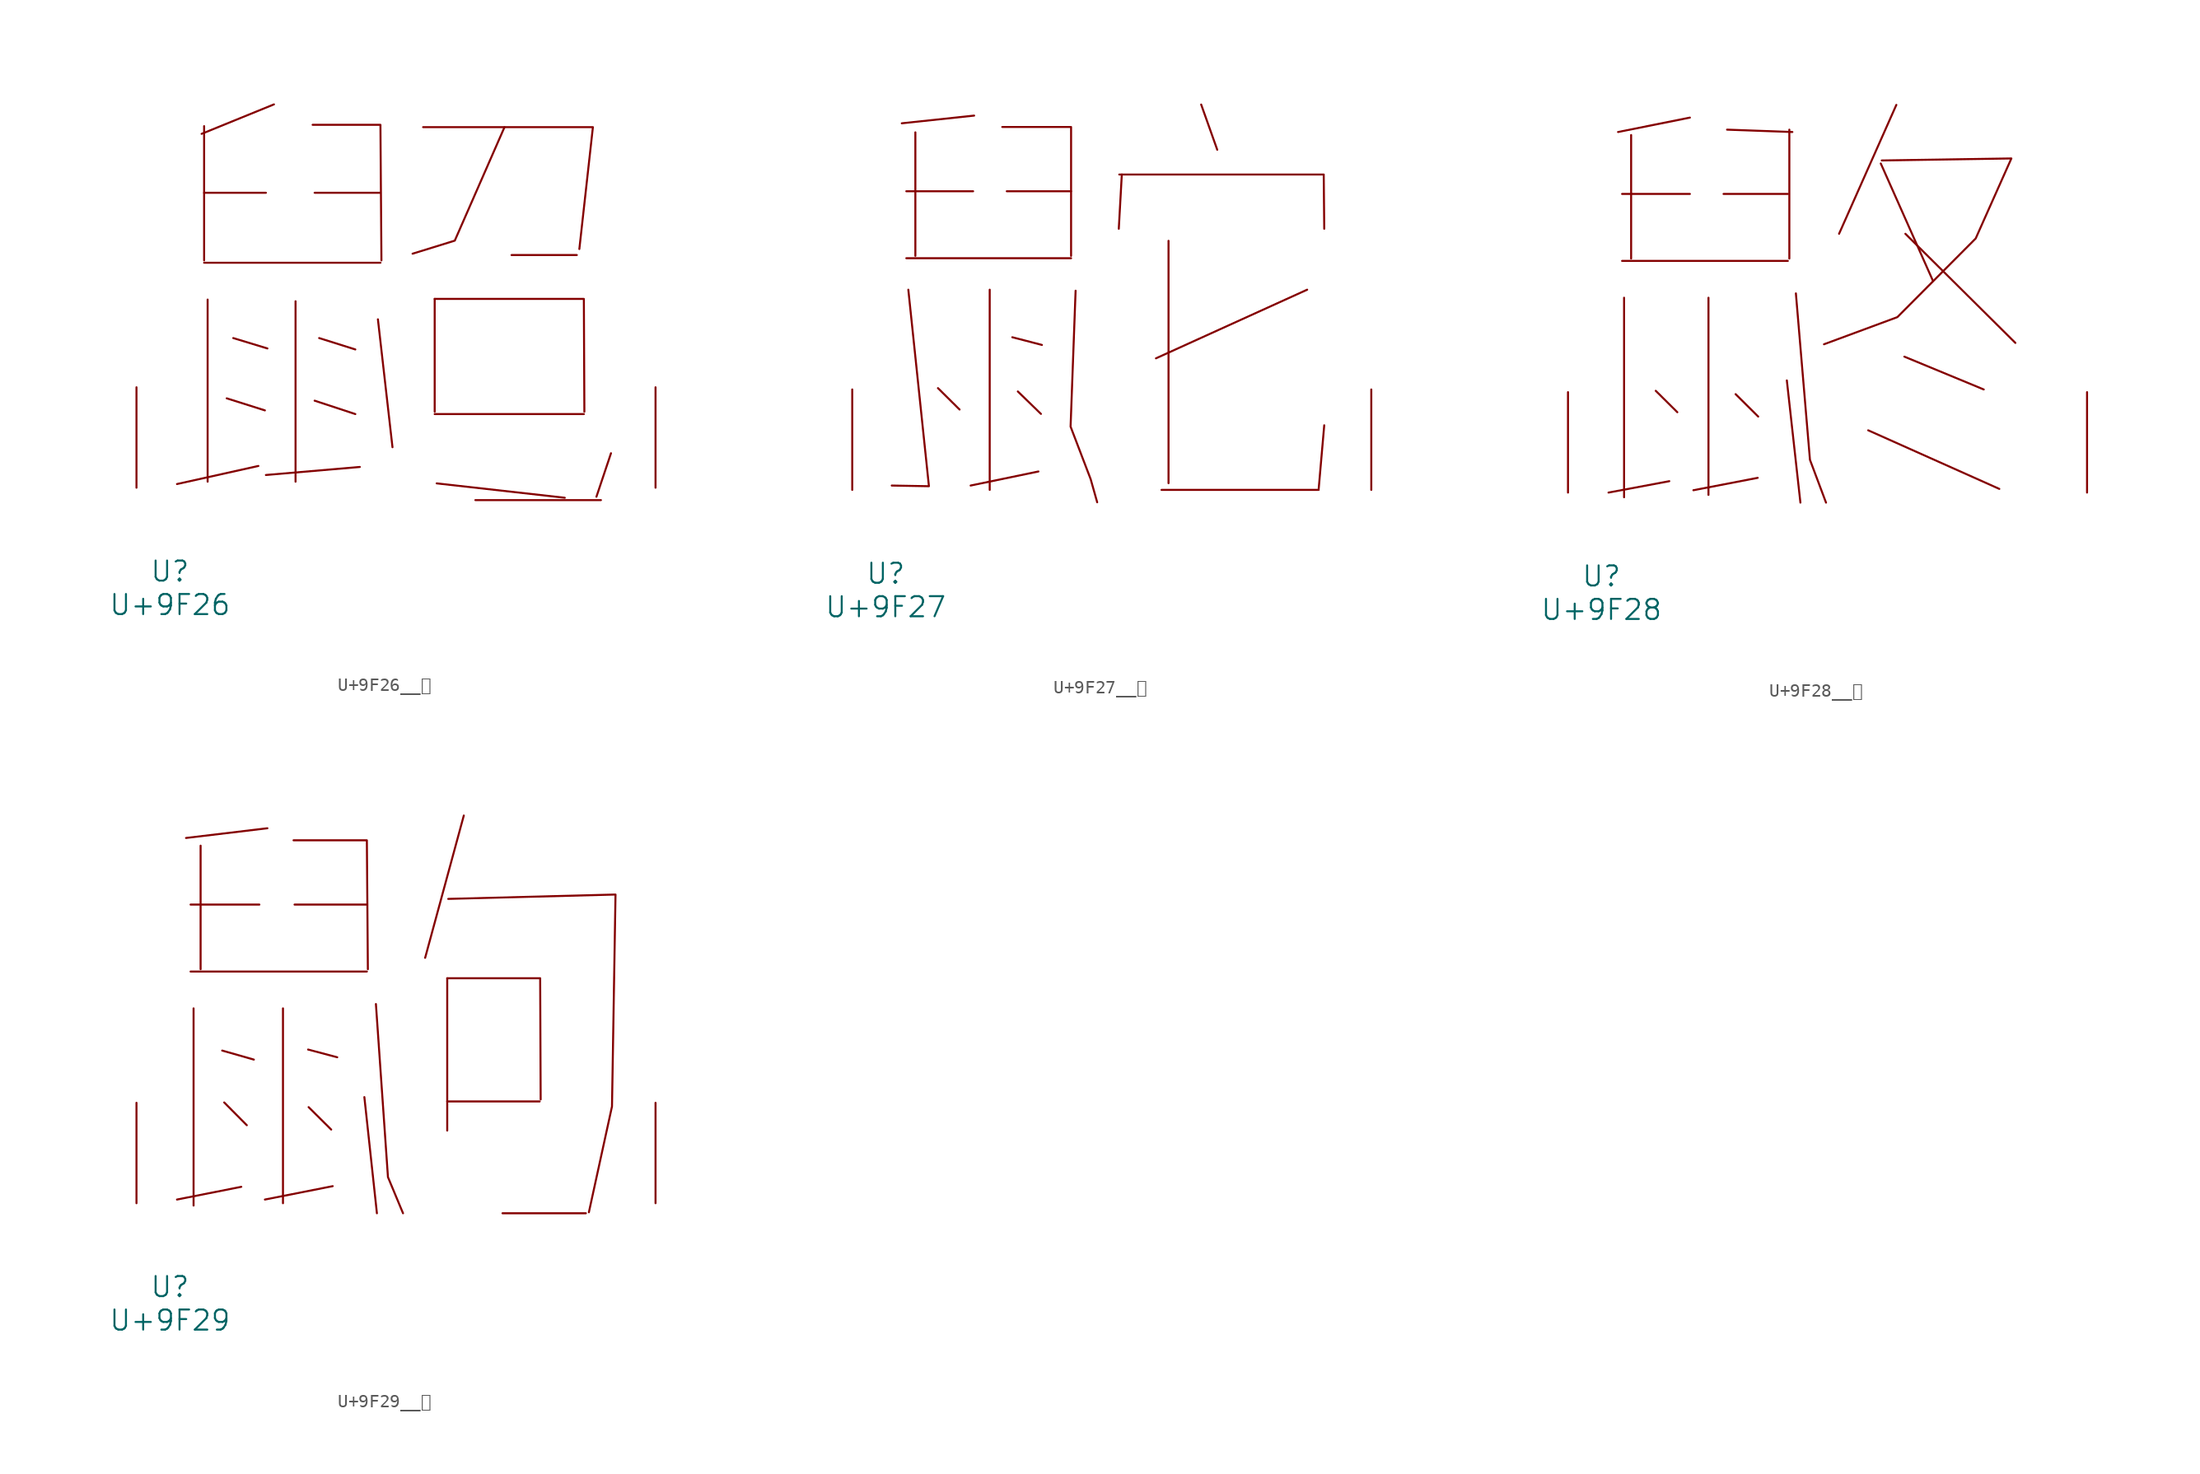
<source format=kicad_sym>
(kicad_symbol_lib
  (version 20231120)
  (generator "kicad_symbol_editor")
  (generator_version "8.0")
  (symbol "U+9F26__鼦"
    (pin_names
      (offset 1.016))
    (property "Reference" "U"
      (at 0 -6.35 0)
      (effects (font (size 1.524 1.524))))
    (property "Value" "U+9F26"
      (at 0 -8.89 0)
      (effects (font (size 1.524 1.524))))
    (symbol "U+9F26__鼦_0_1"
      (polyline (pts (xy 2.591 17.069) (xy 15.964 17.069)) (stroke (width 0) (type solid)) (fill (type none)))
      (polyline (pts (xy 2.591 22.377) (xy 7.277 22.377)) (stroke (width 0) (type solid)) (fill (type none)))
      (polyline (pts (xy 2.591 27.432) (xy 2.591 17.247)) (stroke (width 0) (type solid)) (fill (type none)))
      (polyline (pts (xy 2.857 14.275) (xy 2.857 0.457)) (stroke (width 0) (type solid)) (fill (type none)))
      (polyline (pts (xy 4.305 6.782) (xy 7.201 5.867)) (stroke (width 0) (type solid)) (fill (type none)))
      (polyline (pts (xy 4.801 11.354) (xy 7.391 10.566)) (stroke (width 0) (type solid)) (fill (type none)))
      (polyline (pts (xy 6.706 1.651) (xy 0.533 0.279)) (stroke (width 0) (type solid)) (fill (type none)))
      (polyline (pts (xy 7.887 29.083) (xy 2.4 26.848)) (stroke (width 0) (type solid)) (fill (type none)))
      (polyline (pts (xy 9.525 14.148) (xy 9.525 0.457)) (stroke (width 0) (type solid)) (fill (type none)))
      (polyline (pts (xy 10.973 6.604) (xy 14.059 5.588)) (stroke (width 0) (type solid)) (fill (type none)))
      (polyline (pts (xy 10.973 22.377) (xy 15.964 22.377)) (stroke (width 0) (type solid)) (fill (type none)))
      (polyline (pts (xy 11.316 11.354) (xy 14.059 10.49)) (stroke (width 0) (type solid)) (fill (type none)))
      (polyline (pts (xy 14.402 1.575) (xy 7.277 0.965)) (stroke (width 0) (type solid)) (fill (type none)))
      (polyline (pts (xy 15.773 12.776) (xy 16.878 3.073)) (stroke (width 0) (type solid)) (fill (type none)))
      (polyline (pts (xy 20.079 5.588) (xy 31.394 5.588)) (stroke (width 0) (type solid)) (fill (type none)))
      (polyline (pts (xy 20.079 14.326) (xy 20.079 5.766)) (stroke (width 0) (type solid)) (fill (type none)))
      (polyline (pts (xy 20.231 0.33) (xy 29.947 -0.762)) (stroke (width 0) (type solid)) (fill (type none)))
      (polyline (pts (xy 23.165 -0.94) (xy 32.69 -0.94)) (stroke (width 0) (type solid)) (fill (type none)))
      (polyline (pts (xy 25.908 17.653) (xy 30.861 17.653)) (stroke (width 0) (type solid)) (fill (type none)))
      (polyline (pts (xy 33.452 2.616) (xy 32.347 -0.686)) (stroke (width 0) (type solid)) (fill (type none)))
      (polyline (pts (xy 10.82 27.534) (xy 15.964 27.534) (xy 16.04 17.247)) (stroke (width 0) (type solid)) (fill (type none)))
      (polyline (pts (xy 19.202 27.356) (xy 32.08 27.356) (xy 31.052 18.11)) (stroke (width 0) (type solid)) (fill (type none)))
      (polyline (pts (xy 20.079 14.326) (xy 31.394 14.326) (xy 31.433 5.766)) (stroke (width 0) (type solid)) (fill (type none)))
      (polyline (pts (xy 25.375 27.356) (xy 21.603 18.745) (xy 18.402 17.755)) (stroke (width 0) (type solid)) (fill (type none)))
      (pin input line (at -2.54 0 90) (length 7.62) (name "~" (effects (font (size 1.27 1.27)))) (number "~" (effects (font (size 1.27 1.27)))))
      (pin input line (at 36.83 0 90) (length 7.62) (name "~" (effects (font (size 1.27 1.27)))) (number "~" (effects (font (size 1.27 1.27)))))))
  (symbol "U+9F27__鼧"
    (pin_names
      (offset 1.016))
    (property "Reference" "U"
      (at 0 -6.35 0)
      (effects (font (size 1.524 1.524))))
    (property "Value" "U+9F27"
      (at 0 -8.89 0)
      (effects (font (size 1.524 1.524))))
    (symbol "U+9F27__鼧_0_1"
      (polyline (pts (xy 1.562 17.577) (xy 14.059 17.577)) (stroke (width 0) (type solid)) (fill (type none)))
      (polyline (pts (xy 1.562 22.657) (xy 6.629 22.657)) (stroke (width 0) (type solid)) (fill (type none)))
      (polyline (pts (xy 2.248 27.127) (xy 2.248 17.755)) (stroke (width 0) (type solid)) (fill (type none)))
      (polyline (pts (xy 3.962 7.722) (xy 5.601 6.096)) (stroke (width 0) (type solid)) (fill (type none)))
      (polyline (pts (xy 6.706 28.397) (xy 1.219 27.813)) (stroke (width 0) (type solid)) (fill (type none)))
      (polyline (pts (xy 7.887 15.189) (xy 7.887 0)) (stroke (width 0) (type solid)) (fill (type none)))
      (polyline (pts (xy 9.182 22.657) (xy 14.059 22.657)) (stroke (width 0) (type solid)) (fill (type none)))
      (polyline (pts (xy 9.601 11.582) (xy 11.849 10.998)) (stroke (width 0) (type solid)) (fill (type none)))
      (polyline (pts (xy 10.02 7.468) (xy 11.773 5.766)) (stroke (width 0) (type solid)) (fill (type none)))
      (polyline (pts (xy 11.582 1.397) (xy 6.439 0.33)) (stroke (width 0) (type solid)) (fill (type none)))
      (polyline (pts (xy 17.907 23.927) (xy 17.678 19.812)) (stroke (width 0) (type solid)) (fill (type none)))
      (polyline (pts (xy 20.917 0) (xy 32.842 0)) (stroke (width 0) (type solid)) (fill (type none)))
      (polyline (pts (xy 21.45 18.898) (xy 21.45 0.508)) (stroke (width 0) (type solid)) (fill (type none)))
      (polyline (pts (xy 23.927 29.235) (xy 25.146 25.806)) (stroke (width 0) (type solid)) (fill (type none)))
      (polyline (pts (xy 31.966 15.189) (xy 20.498 9.982)) (stroke (width 0) (type solid)) (fill (type none)))
      (polyline (pts (xy 33.261 4.902) (xy 32.842 0.102)) (stroke (width 0) (type solid)) (fill (type none)))
      (polyline (pts (xy 1.714 15.189) (xy 3.277 0.279) (xy 0.457 0.33)) (stroke (width 0) (type solid)) (fill (type none)))
      (polyline (pts (xy 8.839 27.534) (xy 14.059 27.534) (xy 14.059 17.755)) (stroke (width 0) (type solid)) (fill (type none)))
      (polyline (pts (xy 17.716 23.927) (xy 33.223 23.927) (xy 33.261 19.812)) (stroke (width 0) (type solid)) (fill (type none)))
      (polyline (pts (xy 14.402 15.113) (xy 14.021 4.801) (xy 15.545 0.813) (xy 16.04 -0.94)) (stroke (width 0) (type solid)) (fill (type none)))
      (pin input line (at -2.54 0 90) (length 7.62) (name "~" (effects (font (size 1.27 1.27)))) (number "~" (effects (font (size 1.27 1.27)))))
      (pin input line (at 36.83 0 90) (length 7.62) (name "~" (effects (font (size 1.27 1.27)))) (number "~" (effects (font (size 1.27 1.27)))))))
  (symbol "U+9F28__鼨"
    (pin_names
      (offset 1.016))
    (property "Reference" "U"
      (at 0 -6.35 0)
      (effects (font (size 1.524 1.524))))
    (property "Value" "U+9F28"
      (at 0 -8.89 0)
      (effects (font (size 1.524 1.524))))
    (symbol "U+9F28__鼨_0_1"
      (polyline (pts (xy 1.562 17.577) (xy 14.135 17.577)) (stroke (width 0) (type solid)) (fill (type none)))
      (polyline (pts (xy 1.562 22.657) (xy 6.706 22.657)) (stroke (width 0) (type solid)) (fill (type none)))
      (polyline (pts (xy 1.714 14.783) (xy 1.714 -0.356)) (stroke (width 0) (type solid)) (fill (type none)))
      (polyline (pts (xy 2.248 27.127) (xy 2.248 17.755)) (stroke (width 0) (type solid)) (fill (type none)))
      (polyline (pts (xy 4.115 7.722) (xy 5.753 6.096)) (stroke (width 0) (type solid)) (fill (type none)))
      (polyline (pts (xy 5.144 0.864) (xy 0.533 0)) (stroke (width 0) (type solid)) (fill (type none)))
      (polyline (pts (xy 6.706 28.448) (xy 1.257 27.356)) (stroke (width 0) (type solid)) (fill (type none)))
      (polyline (pts (xy 8.115 14.783) (xy 8.115 -0.178)) (stroke (width 0) (type solid)) (fill (type none)))
      (polyline (pts (xy 9.258 22.657) (xy 14.135 22.657)) (stroke (width 0) (type solid)) (fill (type none)))
      (polyline (pts (xy 9.525 27.534) (xy 14.478 27.356)) (stroke (width 0) (type solid)) (fill (type none)))
      (polyline (pts (xy 10.173 7.468) (xy 11.887 5.766)) (stroke (width 0) (type solid)) (fill (type none)))
      (polyline (pts (xy 11.849 1.118) (xy 6.972 0.178)) (stroke (width 0) (type solid)) (fill (type none)))
      (polyline (pts (xy 14.059 8.509) (xy 15.088 -0.762)) (stroke (width 0) (type solid)) (fill (type none)))
      (polyline (pts (xy 14.249 27.534) (xy 14.249 17.755)) (stroke (width 0) (type solid)) (fill (type none)))
      (polyline (pts (xy 20.231 4.724) (xy 30.175 0.279)) (stroke (width 0) (type solid)) (fill (type none)))
      (polyline (pts (xy 21.184 24.968) (xy 25.146 16.053)) (stroke (width 0) (type solid)) (fill (type none)))
      (polyline (pts (xy 22.365 29.413) (xy 18.021 19.634)) (stroke (width 0) (type solid)) (fill (type none)))
      (polyline (pts (xy 22.974 10.312) (xy 28.994 7.823)) (stroke (width 0) (type solid)) (fill (type none)))
      (polyline (pts (xy 23.05 19.634) (xy 31.394 11.354)) (stroke (width 0) (type solid)) (fill (type none)))
      (polyline (pts (xy 14.745 15.113) (xy 15.812 2.489) (xy 17.031 -0.762)) (stroke (width 0) (type solid)) (fill (type none)))
      (polyline (pts (xy 21.26 25.197) (xy 31.09 25.349) (xy 28.384 19.279) (xy 22.441 13.31) (xy 16.878 11.252)) (stroke (width 0) (type solid)) (fill (type none)))
      (pin input line (at -2.54 0 90) (length 7.62) (name "~" (effects (font (size 1.27 1.27)))) (number "~" (effects (font (size 1.27 1.27)))))
      (pin input line (at 36.83 0 90) (length 7.62) (name "~" (effects (font (size 1.27 1.27)))) (number "~" (effects (font (size 1.27 1.27)))))))
  (symbol "U+9F29__鼩"
    (pin_names
      (offset 1.016))
    (property "Reference" "U"
      (at 0 -6.35 0)
      (effects (font (size 1.524 1.524))))
    (property "Value" "U+9F29"
      (at 0 -8.89 0)
      (effects (font (size 1.524 1.524))))
    (symbol "U+9F29__鼩_0_1"
      (polyline (pts (xy 1.562 17.577) (xy 14.935 17.577)) (stroke (width 0) (type solid)) (fill (type none)))
      (polyline (pts (xy 1.562 22.657) (xy 6.782 22.657)) (stroke (width 0) (type solid)) (fill (type none)))
      (polyline (pts (xy 1.791 14.783) (xy 1.791 -0.178)) (stroke (width 0) (type solid)) (fill (type none)))
      (polyline (pts (xy 2.324 27.127) (xy 2.324 17.755)) (stroke (width 0) (type solid)) (fill (type none)))
      (polyline (pts (xy 3.962 11.582) (xy 6.363 10.897)) (stroke (width 0) (type solid)) (fill (type none)))
      (polyline (pts (xy 4.115 7.645) (xy 5.829 5.918)) (stroke (width 0) (type solid)) (fill (type none)))
      (polyline (pts (xy 5.41 1.245) (xy 0.533 0.279)) (stroke (width 0) (type solid)) (fill (type none)))
      (polyline (pts (xy 7.391 28.448) (xy 1.219 27.711)) (stroke (width 0) (type solid)) (fill (type none)))
      (polyline (pts (xy 8.572 14.783) (xy 8.572 0)) (stroke (width 0) (type solid)) (fill (type none)))
      (polyline (pts (xy 9.449 22.657) (xy 14.935 22.657)) (stroke (width 0) (type solid)) (fill (type none)))
      (polyline (pts (xy 10.477 11.659) (xy 12.687 11.074)) (stroke (width 0) (type solid)) (fill (type none)))
      (polyline (pts (xy 10.516 7.29) (xy 12.23 5.588)) (stroke (width 0) (type solid)) (fill (type none)))
      (polyline (pts (xy 12.344 1.295) (xy 7.201 0.279)) (stroke (width 0) (type solid)) (fill (type none)))
      (polyline (pts (xy 14.745 8.052) (xy 15.697 -0.762)) (stroke (width 0) (type solid)) (fill (type none)))
      (polyline (pts (xy 21.031 7.722) (xy 28.042 7.722)) (stroke (width 0) (type solid)) (fill (type none)))
      (polyline (pts (xy 21.031 17.069) (xy 21.031 5.512)) (stroke (width 0) (type solid)) (fill (type none)))
      (polyline (pts (xy 22.288 29.413) (xy 19.355 18.618)) (stroke (width 0) (type solid)) (fill (type none)))
      (polyline (pts (xy 25.222 -0.762) (xy 31.547 -0.762)) (stroke (width 0) (type solid)) (fill (type none)))
      (polyline (pts (xy 9.373 27.534) (xy 14.935 27.534) (xy 15.011 17.755)) (stroke (width 0) (type solid)) (fill (type none)))
      (polyline (pts (xy 15.621 15.113) (xy 16.535 1.981) (xy 17.678 -0.762)) (stroke (width 0) (type solid)) (fill (type none)))
      (polyline (pts (xy 21.031 17.069) (xy 28.08 17.069) (xy 28.118 7.874)) (stroke (width 0) (type solid)) (fill (type none)))
      (polyline (pts (xy 21.107 23.089) (xy 33.795 23.419) (xy 33.528 7.341) (xy 31.775 -0.686)) (stroke (width 0) (type solid)) (fill (type none)))
      (pin input line (at -2.54 0 90) (length 7.62) (name "~" (effects (font (size 1.27 1.27)))) (number "~" (effects (font (size 1.27 1.27)))))
      (pin input line (at 36.83 0 90) (length 7.62) (name "~" (effects (font (size 1.27 1.27)))) (number "~" (effects (font (size 1.27 1.27))))))))
</source>
